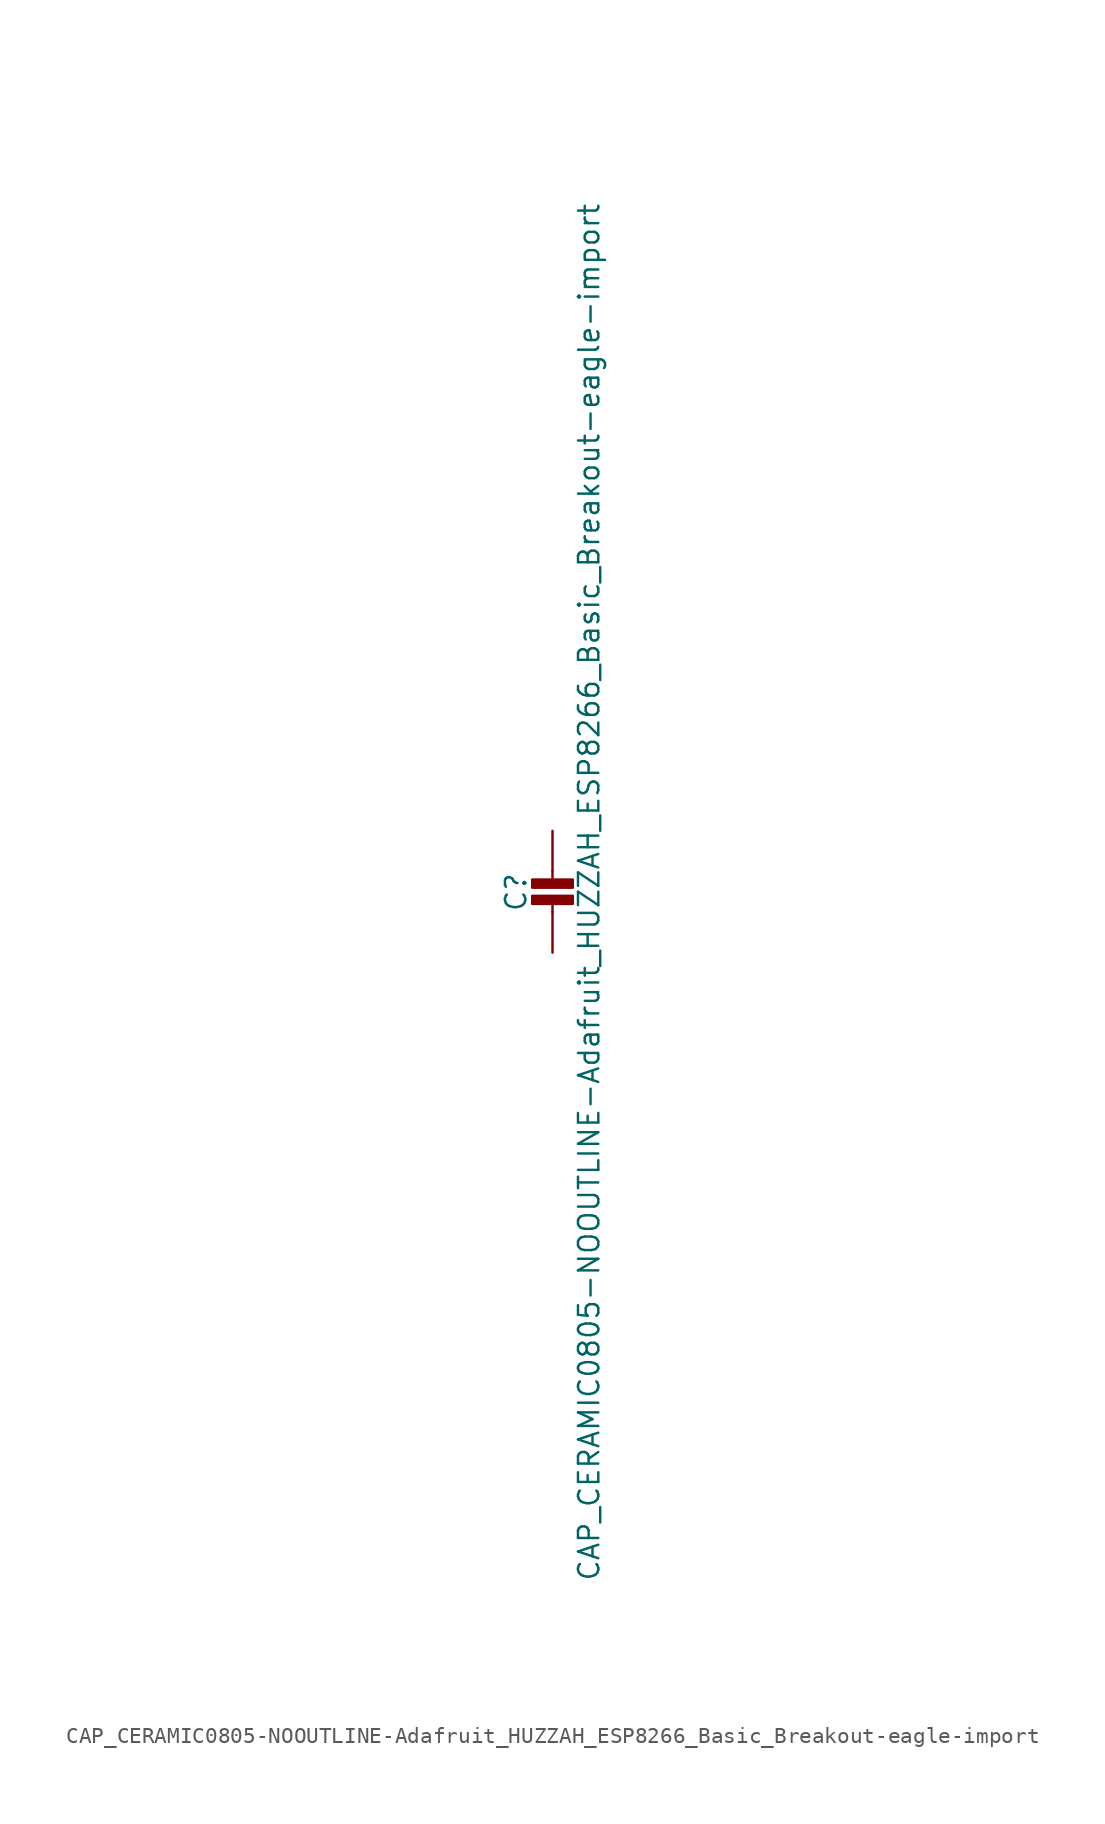
<source format=kicad_sym>
(kicad_symbol_lib
  (version 20220914)
  (generator kicad_symbol_editor)
  (symbol "CAP_CERAMIC0805-NOOUTLINE-Adafruit_HUZZAH_ESP8266_Basic_Breakout-eagle-import"
    (pin_names
      (offset 1.016))
    (property "Reference" "C"
      (at -2.286 1.245 90)
      (effects (font (size 1.27 1.27))))
    (property "Value" "CAP_CERAMIC0805-NOOUTLINE-Adafruit_HUZZAH_ESP8266_Basic_Breakout-eagle-import"
      (at 2.286 1.245 90)
      (effects (font (size 1.27 1.27))))
    (property "ki_locked" ""
      (at 0 0 0)
      (effects (font (size 1.27 1.27))))
    (symbol "CAP_CERAMIC0805-NOOUTLINE-Adafruit_HUZZAH_ESP8266_Basic_Breakout-eagle-import_1_0"
      (rectangle (start -1.27 0.508) (end 1.27 1.016) (stroke (width 0) (type solid)) (fill (type outline)))
      (rectangle (start -1.27 1.524) (end 1.27 2.032) (stroke (width 0) (type solid)) (fill (type outline)))
      (polyline (pts (xy 0 0.762) (xy 0 0)) (stroke (width 0) (type solid)) (fill (type none)))
      (polyline (pts (xy 0 2.54) (xy 0 1.778)) (stroke (width 0) (type solid)) (fill (type none)))
      (pin passive line (at 0 5.08 270) (length 2.54) (name "1" (effects (font (size 0 0)))) (number "1" (effects (font (size 0 0)))))
      (pin passive line (at 0 -2.54 90) (length 2.54) (name "2" (effects (font (size 0 0)))) (number "2" (effects (font (size 0 0))))))))
</source>
